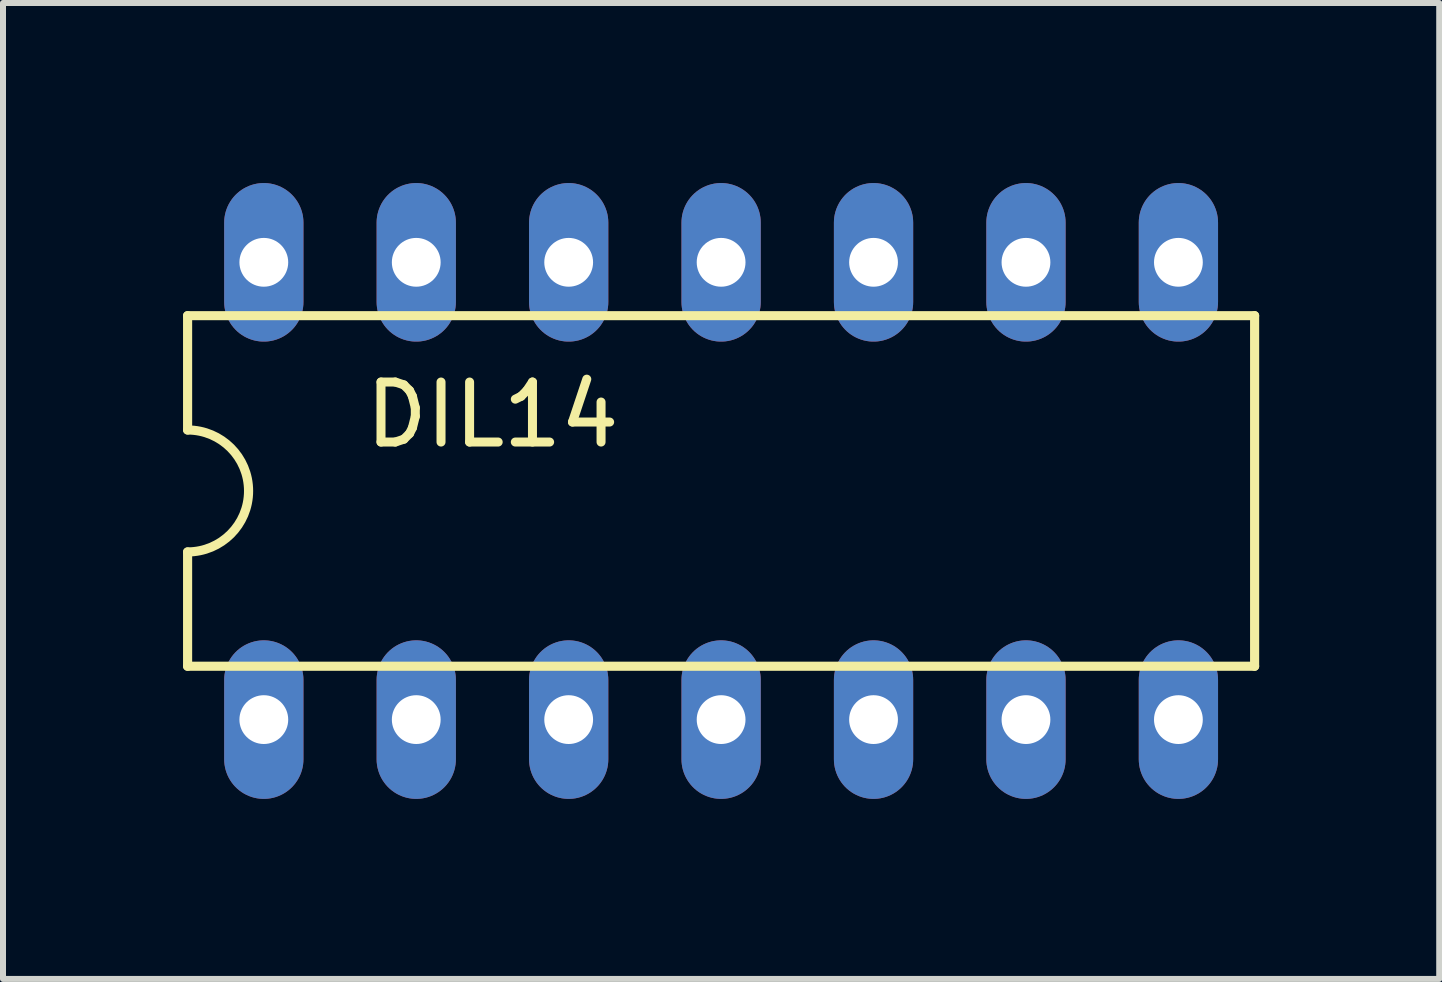
<source format=kicad_pcb>
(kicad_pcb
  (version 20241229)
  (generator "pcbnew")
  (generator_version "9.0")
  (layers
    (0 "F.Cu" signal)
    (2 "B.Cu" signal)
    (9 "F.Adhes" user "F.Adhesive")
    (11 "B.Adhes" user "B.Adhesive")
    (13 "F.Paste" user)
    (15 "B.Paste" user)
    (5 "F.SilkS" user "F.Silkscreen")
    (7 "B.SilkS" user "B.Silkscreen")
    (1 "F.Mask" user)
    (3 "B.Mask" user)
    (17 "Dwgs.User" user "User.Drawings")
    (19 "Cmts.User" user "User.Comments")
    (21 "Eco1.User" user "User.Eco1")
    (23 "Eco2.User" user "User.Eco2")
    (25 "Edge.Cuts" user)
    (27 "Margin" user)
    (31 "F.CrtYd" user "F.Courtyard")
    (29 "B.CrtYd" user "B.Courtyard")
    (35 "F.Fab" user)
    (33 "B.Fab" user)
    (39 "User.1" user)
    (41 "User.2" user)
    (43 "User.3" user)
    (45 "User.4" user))
  (footprint "DIL14"
    (layer "F.Cu")
    (at 8.966 5.131)
    (property "Reference" "DIL14" (at -3.81 -1.27 0) (layer "F.SilkS") (effects (font (size 1 1) (thickness 0.15))))
    (attr through_hole)
    (fp_line (start -8.89 -2.921) (end -8.89 -1.016) (stroke (width 0.152) (type solid)) (layer "F.SilkS"))
    (fp_line (start -8.89 2.921) (end -8.89 1.016) (stroke (width 0.152) (type solid)) (layer "F.SilkS"))
    (fp_line (start -8.89 2.921) (end 8.89 2.921) (stroke (width 0.152) (type solid)) (layer "F.SilkS"))
    (fp_line (start 8.89 -2.921) (end -8.89 -2.921) (stroke (width 0.152) (type solid)) (layer "F.SilkS"))
    (fp_line (start 8.89 -2.921) (end 8.89 2.921) (stroke (width 0.152) (type solid)) (layer "F.SilkS"))
    (fp_arc (start -8.89 -1.016) (mid -7.874 0) (end -8.89 1.016) (stroke (width 0.1524) (type solid)) (layer "F.SilkS"))
    (pad "1" thru_hole oval (at -7.62 3.81) (size 1.321 2.642) (drill 0.813) (layers "*.Cu" "*.Mask"))
    (pad "2" thru_hole oval (at -5.08 3.81) (size 1.321 2.642) (drill 0.813) (layers "*.Cu" "*.Mask"))
    (pad "3" thru_hole oval (at -2.54 3.81) (size 1.321 2.642) (drill 0.813) (layers "*.Cu" "*.Mask"))
    (pad "4" thru_hole oval (at 0 3.81) (size 1.321 2.642) (drill 0.813) (layers "*.Cu" "*.Mask"))
    (pad "5" thru_hole oval (at 2.54 3.81) (size 1.321 2.642) (drill 0.813) (layers "*.Cu" "*.Mask"))
    (pad "6" thru_hole oval (at 5.08 3.81) (size 1.321 2.642) (drill 0.813) (layers "*.Cu" "*.Mask"))
    (pad "7" thru_hole oval (at 7.62 3.81) (size 1.321 2.642) (drill 0.813) (layers "*.Cu" "*.Mask"))
    (pad "8" thru_hole oval (at 7.62 -3.81) (size 1.321 2.642) (drill 0.813) (layers "*.Cu" "*.Mask"))
    (pad "9" thru_hole oval (at 5.08 -3.81) (size 1.321 2.642) (drill 0.813) (layers "*.Cu" "*.Mask"))
    (pad "10" thru_hole oval (at 2.54 -3.81) (size 1.321 2.642) (drill 0.813) (layers "*.Cu" "*.Mask"))
    (pad "11" thru_hole oval (at 0 -3.81) (size 1.321 2.642) (drill 0.813) (layers "*.Cu" "*.Mask"))
    (pad "12" thru_hole oval (at -2.54 -3.81) (size 1.321 2.642) (drill 0.813) (layers "*.Cu" "*.Mask"))
    (pad "13" thru_hole oval (at -5.08 -3.81) (size 1.321 2.642) (drill 0.813) (layers "*.Cu" "*.Mask"))
    (pad "14" thru_hole oval (at -7.62 -3.81) (size 1.321 2.642) (drill 0.813) (layers "*.Cu" "*.Mask")))
  (gr_rect
    (start -3 -3)
    (end 20.932 13.262)
    (stroke (width 0.1) (type default))
    (fill no)
    (layer "Edge.Cuts")))
</source>
